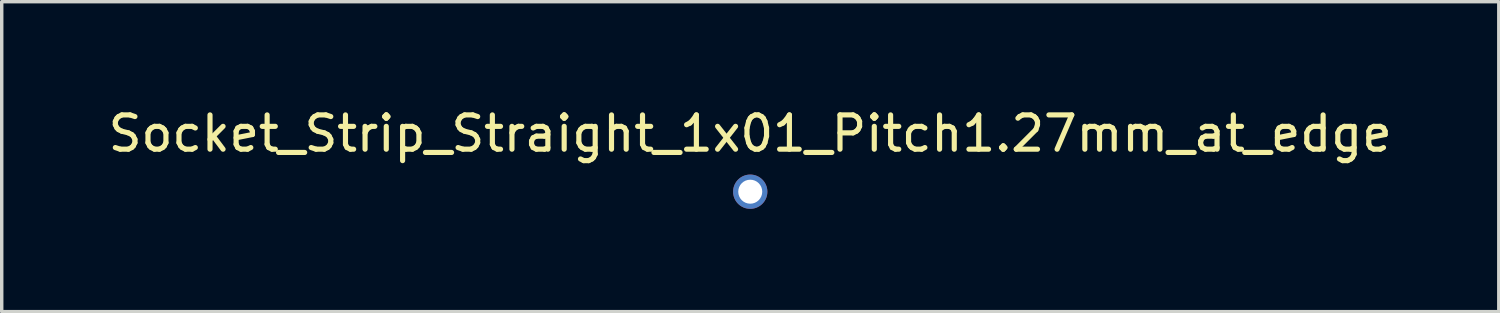
<source format=kicad_pcb>
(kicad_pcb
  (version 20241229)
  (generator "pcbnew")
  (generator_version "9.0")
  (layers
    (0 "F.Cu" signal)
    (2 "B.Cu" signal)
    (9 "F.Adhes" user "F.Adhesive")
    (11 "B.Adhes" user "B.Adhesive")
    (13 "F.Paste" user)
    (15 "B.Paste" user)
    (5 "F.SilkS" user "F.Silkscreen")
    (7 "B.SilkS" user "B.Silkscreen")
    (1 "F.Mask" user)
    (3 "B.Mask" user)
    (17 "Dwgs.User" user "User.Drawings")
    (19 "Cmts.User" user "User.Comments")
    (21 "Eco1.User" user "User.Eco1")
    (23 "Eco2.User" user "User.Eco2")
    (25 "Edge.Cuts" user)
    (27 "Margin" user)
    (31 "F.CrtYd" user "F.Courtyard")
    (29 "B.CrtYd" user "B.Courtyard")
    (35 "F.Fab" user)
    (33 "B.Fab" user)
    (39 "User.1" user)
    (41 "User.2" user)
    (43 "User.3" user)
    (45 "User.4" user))
  (footprint "Socket_Strip_Straight_1x01_Pitch1.27mm_at_edge"
    (layer "F.Cu")
    (at 18.839 2.543)
    (property "Reference" "Socket_Strip_Straight_1x01_Pitch1.27mm_at_edge" (at 0 -1.695 0) (layer "F.SilkS") (effects (font (size 1 1) (thickness 0.15))))
    (attr through_hole)
    (pad "1" thru_hole oval (at 0 0) (size 1 1) (drill 0.7) (layers "*.Cu" "*.Mask")))
  (gr_rect
    (start -3 -3)
    (end 40.679 6.043)
    (stroke (width 0.1) (type default))
    (fill no)
    (layer "Edge.Cuts")))
</source>
